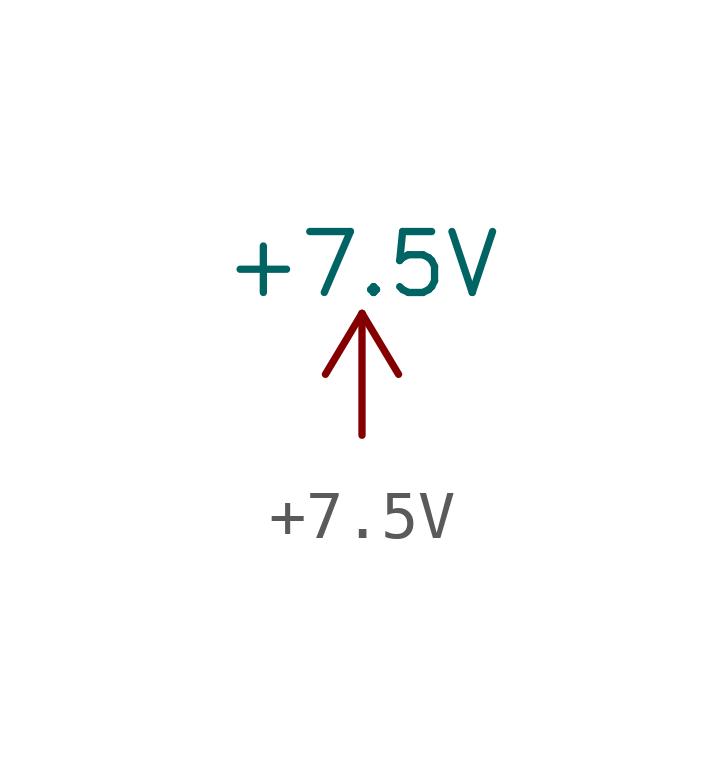
<source format=kicad_sym>
(kicad_symbol_lib
  (version 20211014)
  (generator kicad_symbol_editor)
  (symbol "power1:+7.5V"
    (power)
    (pin_names
      (offset 0))
    (property "Reference" "#PWR"
      (at 0 -3.81 0)
      (effects (font (size 1.27 1.27)) hide))
    (property "Value" "+7.5V"
      (at 0 3.556 0)
      (effects (font (size 1.27 1.27))))
    (symbol "+7.5V_0_1"
      (polyline (pts (xy -0.762 1.27) (xy 0 2.54)) (stroke (width 0) (type default) (color 0 0 0 0)) (fill (type none)))
      (polyline (pts (xy 0 0) (xy 0 2.54)) (stroke (width 0) (type default) (color 0 0 0 0)) (fill (type none)))
      (polyline (pts (xy 0 2.54) (xy 0.762 1.27)) (stroke (width 0) (type default) (color 0 0 0 0)) (fill (type none))))
    (symbol "+7.5V_1_1"
      (pin power_in line (at 0 0 90) (length 0) hide (name "+7.5V" (effects (font (size 1.27 1.27)))) (number "1" (effects (font (size 1.27 1.27))))))))
</source>
